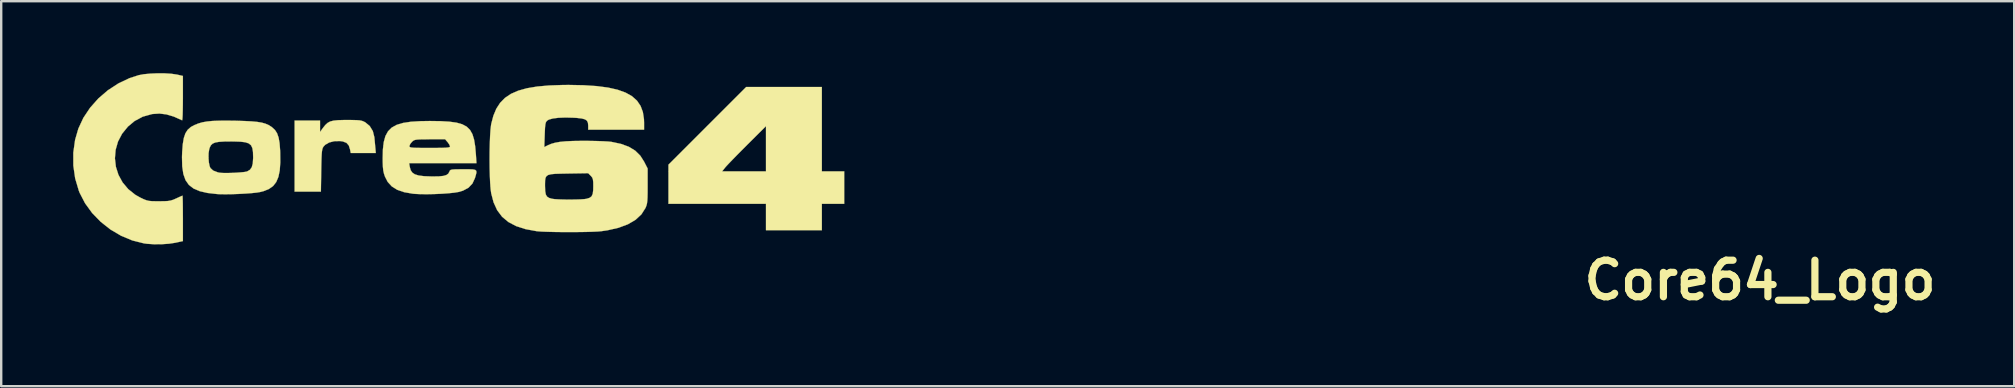
<source format=kicad_pcb>
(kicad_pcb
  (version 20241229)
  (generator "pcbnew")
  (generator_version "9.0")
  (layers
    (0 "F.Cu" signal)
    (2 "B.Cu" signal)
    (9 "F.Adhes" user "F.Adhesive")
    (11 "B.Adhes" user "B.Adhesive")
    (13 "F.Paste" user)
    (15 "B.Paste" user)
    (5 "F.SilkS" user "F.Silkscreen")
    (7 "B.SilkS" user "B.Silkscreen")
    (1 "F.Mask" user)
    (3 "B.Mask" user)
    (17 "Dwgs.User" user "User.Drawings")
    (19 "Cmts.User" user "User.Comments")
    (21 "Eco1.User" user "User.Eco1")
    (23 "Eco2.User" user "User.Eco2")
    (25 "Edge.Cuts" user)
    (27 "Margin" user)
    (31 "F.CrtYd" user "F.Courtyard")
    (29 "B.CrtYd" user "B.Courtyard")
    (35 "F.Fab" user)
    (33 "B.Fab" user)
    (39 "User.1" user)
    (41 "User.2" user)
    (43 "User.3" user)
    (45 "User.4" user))
  (footprint "Core64_Logo"
    (layer "F.Cu")
    (at 16.298 3.877)
    (property "Reference" "Core64_Logo" (at 54 4.75 0) (layer "F.SilkS") (effects (font (size 1.524 1.524) (thickness 0.3))))
    (attr through_hole)
    (fp_poly (pts (xy 14.901 0.212) (xy 15.833 0.212) (xy 15.833 1.566) (xy 14.901 1.566) (xy 14.901 2.667) (xy 12.573 2.667) (xy 12.573 1.566) (xy 8.509 1.566) (xy 8.509 0.212) (xy 10.746 0.212) (xy 12.573 0.212) (xy 12.573 -1.671) (xy 11.787 -0.889) (xy 11.568 -0.669) (xy 11.362 -0.461) (xy 11.18 -0.274) (xy 11.03 -0.118) (xy 10.923 -0.004) (xy 10.873 0.053) (xy 10.746 0.212) (xy 8.509 0.212) (xy 8.509 -0.064) (xy 10.128 -1.683) (xy 11.748 -3.302) (xy 14.901 -3.302) (xy 14.901 0.212)) (stroke (width 0.01) (type solid)) (fill yes) (layer "F.SilkS"))
    (fp_poly (pts (xy -4.65 -1.925) (xy -4.477 -1.92) (xy -4.354 -1.91) (xy -4.264 -1.891) (xy -4.189 -1.862) (xy -4.122 -1.826) (xy -3.939 -1.674) (xy -3.811 -1.464) (xy -3.747 -1.209) (xy -3.745 -1.187) (xy -3.728 -1.005) (xy -3.711 -0.812) (xy -3.706 -0.762) (xy -3.687 -0.55) (xy -4.732 -0.55) (xy -4.759 -0.695) (xy -4.813 -0.865) (xy -4.908 -0.973) (xy -5.058 -1.032) (xy -5.18 -1.049) (xy -5.419 -1.043) (xy -5.632 -0.988) (xy -5.799 -0.891) (xy -5.87 -0.813) (xy -5.897 -0.765) (xy -5.917 -0.701) (xy -5.932 -0.61) (xy -5.943 -0.48) (xy -5.951 -0.297) (xy -5.957 -0.052) (xy -5.961 0.18) (xy -5.975 1.058) (xy -7.07 1.058) (xy -7.07 -1.905) (xy -6.011 -1.905) (xy -6.011 -1.427) (xy -5.885 -1.601) (xy -5.791 -1.719) (xy -5.697 -1.805) (xy -5.588 -1.864) (xy -5.447 -1.9) (xy -5.259 -1.919) (xy -5.008 -1.926) (xy -4.889 -1.926) (xy -4.65 -1.925)) (stroke (width 0.01) (type solid)) (fill yes) (layer "F.SilkS"))
    (fp_poly (pts (xy -12.482 -3.87) (xy -12.208 -3.853) (xy -11.987 -3.821) (xy -11.97 -3.818) (xy -11.726 -3.762) (xy -11.726 -2.83) (xy -11.728 -2.56) (xy -11.732 -2.323) (xy -11.737 -2.129) (xy -11.745 -1.991) (xy -11.754 -1.92) (xy -11.758 -1.914) (xy -12.104 -2.068) (xy -12.413 -2.16) (xy -12.704 -2.195) (xy -12.992 -2.176) (xy -13.021 -2.171) (xy -13.399 -2.065) (xy -13.74 -1.883) (xy -14.015 -1.654) (xy -14.26 -1.354) (xy -14.431 -1.027) (xy -14.53 -0.681) (xy -14.559 -0.328) (xy -14.519 0.022) (xy -14.412 0.359) (xy -14.241 0.673) (xy -14.006 0.953) (xy -13.71 1.19) (xy -13.51 1.303) (xy -13.366 1.372) (xy -13.253 1.417) (xy -13.145 1.444) (xy -13.018 1.456) (xy -12.844 1.46) (xy -12.723 1.46) (xy -12.508 1.458) (xy -12.353 1.45) (xy -12.234 1.43) (xy -12.126 1.396) (xy -12.007 1.344) (xy -11.877 1.284) (xy -11.782 1.242) (xy -11.742 1.228) (xy -11.738 1.268) (xy -11.734 1.381) (xy -11.73 1.555) (xy -11.728 1.777) (xy -11.727 2.036) (xy -11.726 2.174) (xy -11.726 3.12) (xy -12.045 3.19) (xy -12.302 3.229) (xy -12.606 3.25) (xy -12.922 3.252) (xy -13.215 3.233) (xy -13.345 3.216) (xy -13.834 3.093) (xy -14.304 2.897) (xy -14.747 2.636) (xy -15.151 2.317) (xy -15.507 1.951) (xy -15.803 1.544) (xy -16.03 1.106) (xy -16.062 1.025) (xy -16.215 0.51) (xy -16.292 -0.025) (xy -16.293 -0.567) (xy -16.218 -1.101) (xy -16.083 -1.566) (xy -15.874 -2.016) (xy -15.592 -2.438) (xy -15.249 -2.824) (xy -14.854 -3.164) (xy -14.417 -3.449) (xy -13.949 -3.671) (xy -13.568 -3.794) (xy -13.353 -3.834) (xy -13.082 -3.859) (xy -12.782 -3.872) (xy -12.482 -3.87)) (stroke (width 0.01) (type solid)) (fill yes) (layer "F.SilkS"))
    (fp_poly (pts (xy -9.537 -1.895) (xy -9.165 -1.884) (xy -8.866 -1.869) (xy -8.628 -1.847) (xy -8.438 -1.816) (xy -8.285 -1.773) (xy -8.156 -1.717) (xy -8.04 -1.645) (xy -8.007 -1.62) (xy -7.889 -1.51) (xy -7.801 -1.373) (xy -7.739 -1.197) (xy -7.698 -0.968) (xy -7.675 -0.672) (xy -7.671 -0.577) (xy -7.667 -0.165) (xy -7.69 0.173) (xy -7.746 0.445) (xy -7.837 0.66) (xy -7.967 0.826) (xy -8.141 0.949) (xy -8.362 1.038) (xy -8.5 1.074) (xy -8.649 1.099) (xy -8.862 1.121) (xy -9.12 1.14) (xy -9.4 1.155) (xy -9.684 1.165) (xy -9.951 1.169) (xy -10.18 1.166) (xy -10.308 1.159) (xy -10.702 1.114) (xy -11.024 1.04) (xy -11.28 0.931) (xy -11.476 0.78) (xy -11.616 0.581) (xy -11.707 0.326) (xy -11.754 0.009) (xy -11.763 -0.357) (xy -10.659 -0.357) (xy -10.645 -0.166) (xy -10.613 -0.006) (xy -10.579 0.075) (xy -10.464 0.181) (xy -10.272 0.255) (xy -10.202 0.27) (xy -10.092 0.28) (xy -9.927 0.283) (xy -9.729 0.28) (xy -9.521 0.271) (xy -9.326 0.257) (xy -9.165 0.241) (xy -9.062 0.222) (xy -9.051 0.218) (xy -8.934 0.15) (xy -8.857 0.044) (xy -8.814 -0.113) (xy -8.799 -0.336) (xy -8.799 -0.375) (xy -8.805 -0.592) (xy -8.831 -0.755) (xy -8.886 -0.872) (xy -8.982 -0.951) (xy -9.128 -0.999) (xy -9.335 -1.023) (xy -9.613 -1.032) (xy -9.709 -1.033) (xy -10 -1.03) (xy -10.219 -1.016) (xy -10.377 -0.989) (xy -10.486 -0.942) (xy -10.559 -0.873) (xy -10.608 -0.776) (xy -10.629 -0.709) (xy -10.655 -0.548) (xy -10.659 -0.357) (xy -11.763 -0.357) (xy -11.764 -0.378) (xy -11.756 -0.591) (xy -11.731 -0.918) (xy -11.688 -1.174) (xy -11.622 -1.37) (xy -11.526 -1.519) (xy -11.396 -1.634) (xy -11.243 -1.717) (xy -11.086 -1.78) (xy -10.918 -1.829) (xy -10.726 -1.863) (xy -10.497 -1.886) (xy -10.221 -1.897) (xy -9.882 -1.899) (xy -9.537 -1.895)) (stroke (width 0.01) (type solid)) (fill yes) (layer "F.SilkS"))
    (fp_poly (pts (xy -0.993 -1.878) (xy -0.624 -1.857) (xy -0.324 -1.816) (xy -0.085 -1.748) (xy 0.101 -1.649) (xy 0.24 -1.512) (xy 0.34 -1.334) (xy 0.409 -1.107) (xy 0.455 -0.827) (xy 0.484 -0.497) (xy 0.508 -0.127) (xy -2.297 -0.127) (xy -2.272 0.026) (xy -2.235 0.162) (xy -2.167 0.265) (xy -2.059 0.338) (xy -1.899 0.387) (xy -1.677 0.415) (xy -1.384 0.426) (xy -1.315 0.427) (xy -1.058 0.423) (xy -0.872 0.404) (xy -0.746 0.367) (xy -0.665 0.308) (xy -0.618 0.223) (xy -0.614 0.213) (xy -0.598 0.178) (xy -0.565 0.154) (xy -0.502 0.139) (xy -0.394 0.131) (xy -0.227 0.128) (xy -0.039 0.127) (xy 0.196 0.127) (xy 0.357 0.133) (xy 0.456 0.153) (xy 0.501 0.195) (xy 0.506 0.268) (xy 0.479 0.379) (xy 0.444 0.496) (xy 0.339 0.723) (xy 0.174 0.897) (xy -0.057 1.02) (xy -0.239 1.073) (xy -0.416 1.102) (xy -0.657 1.127) (xy -0.939 1.147) (xy -1.242 1.16) (xy -1.543 1.166) (xy -1.822 1.164) (xy -2.056 1.153) (xy -2.145 1.145) (xy -2.506 1.082) (xy -2.796 0.982) (xy -3.022 0.84) (xy -3.192 0.653) (xy -3.306 0.431) (xy -3.347 0.308) (xy -3.375 0.182) (xy -3.391 0.031) (xy -3.399 -0.169) (xy -3.4 -0.339) (xy -3.391 -0.703) (xy -3.375 -0.839) (xy -2.286 -0.839) (xy -2.281 -0.813) (xy -2.259 -0.793) (xy -2.209 -0.78) (xy -2.12 -0.771) (xy -1.981 -0.765) (xy -1.781 -0.763) (xy -1.511 -0.762) (xy -1.439 -0.762) (xy -1.146 -0.763) (xy -0.927 -0.766) (xy -0.772 -0.772) (xy -0.672 -0.781) (xy -0.616 -0.795) (xy -0.594 -0.815) (xy -0.593 -0.823) (xy -0.619 -0.894) (xy -0.682 -0.988) (xy -0.695 -1.003) (xy -0.797 -1.122) (xy -1.432 -1.122) (xy -1.677 -1.121) (xy -1.853 -1.118) (xy -1.974 -1.11) (xy -2.054 -1.096) (xy -2.11 -1.073) (xy -2.155 -1.039) (xy -2.177 -1.019) (xy -2.251 -0.929) (xy -2.286 -0.846) (xy -2.286 -0.839) (xy -3.375 -0.839) (xy -3.355 -1.008) (xy -3.286 -1.257) (xy -3.177 -1.456) (xy -3.023 -1.61) (xy -2.816 -1.725) (xy -2.551 -1.804) (xy -2.22 -1.854) (xy -1.818 -1.878) (xy -1.439 -1.884) (xy -0.993 -1.878)) (stroke (width 0.01) (type solid)) (fill yes) (layer "F.SilkS"))
    (fp_poly (pts (xy 4.977 -3.375) (xy 5.522 -3.339) (xy 5.993 -3.277) (xy 6.392 -3.187) (xy 6.724 -3.067) (xy 6.991 -2.916) (xy 7.198 -2.732) (xy 7.347 -2.513) (xy 7.443 -2.257) (xy 7.488 -1.963) (xy 7.493 -1.813) (xy 7.493 -1.524) (xy 5.165 -1.524) (xy 5.165 -1.687) (xy 5.154 -1.808) (xy 5.114 -1.895) (xy 5.031 -1.953) (xy 4.895 -1.99) (xy 4.693 -2.013) (xy 4.56 -2.021) (xy 4.219 -2.03) (xy 3.927 -2.019) (xy 3.693 -1.99) (xy 3.528 -1.944) (xy 3.464 -1.907) (xy 3.424 -1.868) (xy 3.396 -1.816) (xy 3.378 -1.735) (xy 3.365 -1.608) (xy 3.356 -1.42) (xy 3.352 -1.314) (xy 3.334 -0.797) (xy 3.464 -0.864) (xy 3.61 -0.928) (xy 3.779 -0.977) (xy 3.983 -1.014) (xy 4.232 -1.038) (xy 4.54 -1.052) (xy 4.918 -1.057) (xy 4.995 -1.057) (xy 5.279 -1.055) (xy 5.553 -1.049) (xy 5.798 -1.04) (xy 5.997 -1.029) (xy 6.132 -1.015) (xy 6.138 -1.014) (xy 6.536 -0.929) (xy 6.863 -0.808) (xy 7.127 -0.646) (xy 7.336 -0.439) (xy 7.493 -0.193) (xy 7.641 0.097) (xy 7.641 0.821) (xy 7.64 1.092) (xy 7.636 1.293) (xy 7.628 1.441) (xy 7.614 1.551) (xy 7.592 1.638) (xy 7.561 1.717) (xy 7.55 1.742) (xy 7.381 2.007) (xy 7.137 2.233) (xy 6.82 2.419) (xy 6.428 2.565) (xy 5.964 2.671) (xy 5.716 2.707) (xy 5.557 2.721) (xy 5.331 2.731) (xy 5.054 2.739) (xy 4.742 2.743) (xy 4.412 2.745) (xy 4.08 2.744) (xy 3.762 2.74) (xy 3.475 2.733) (xy 3.234 2.724) (xy 3.057 2.711) (xy 3.017 2.707) (xy 2.554 2.622) (xy 2.162 2.496) (xy 1.838 2.325) (xy 1.575 2.105) (xy 1.371 1.833) (xy 1.221 1.505) (xy 1.122 1.129) (xy 1.098 0.951) (xy 1.081 0.726) (xy 3.365 0.726) (xy 3.365 0.826) (xy 3.372 1.034) (xy 3.397 1.175) (xy 3.449 1.266) (xy 3.537 1.322) (xy 3.647 1.355) (xy 3.762 1.371) (xy 3.941 1.382) (xy 4.161 1.389) (xy 4.4 1.391) (xy 4.637 1.388) (xy 4.85 1.381) (xy 5.016 1.369) (xy 5.1 1.356) (xy 5.225 1.316) (xy 5.306 1.253) (xy 5.353 1.151) (xy 5.373 0.993) (xy 5.376 0.837) (xy 5.374 0.664) (xy 5.361 0.552) (xy 5.334 0.476) (xy 5.286 0.414) (xy 5.27 0.398) (xy 5.163 0.291) (xy 4.34 0.304) (xy 4.029 0.31) (xy 3.792 0.317) (xy 3.619 0.333) (xy 3.501 0.363) (xy 3.427 0.412) (xy 3.386 0.485) (xy 3.369 0.588) (xy 3.365 0.726) (xy 1.081 0.726) (xy 1.079 0.706) (xy 1.066 0.411) (xy 1.057 0.081) (xy 1.054 -0.267) (xy 1.056 -0.617) (xy 1.064 -0.954) (xy 1.076 -1.26) (xy 1.093 -1.519) (xy 1.116 -1.716) (xy 1.125 -1.769) (xy 1.213 -2.104) (xy 1.334 -2.394) (xy 1.493 -2.64) (xy 1.694 -2.846) (xy 1.944 -3.015) (xy 2.248 -3.148) (xy 2.61 -3.249) (xy 3.037 -3.321) (xy 3.533 -3.365) (xy 4.104 -3.385) (xy 4.354 -3.387) (xy 4.977 -3.375)) (stroke (width 0.01) (type solid)) (fill yes) (layer "F.SilkS")))
  (gr_rect
    (start -3 -3)
    (end 80.889 13.045)
    (stroke (width 0.1) (type default))
    (fill no)
    (layer "Edge.Cuts")))
</source>
